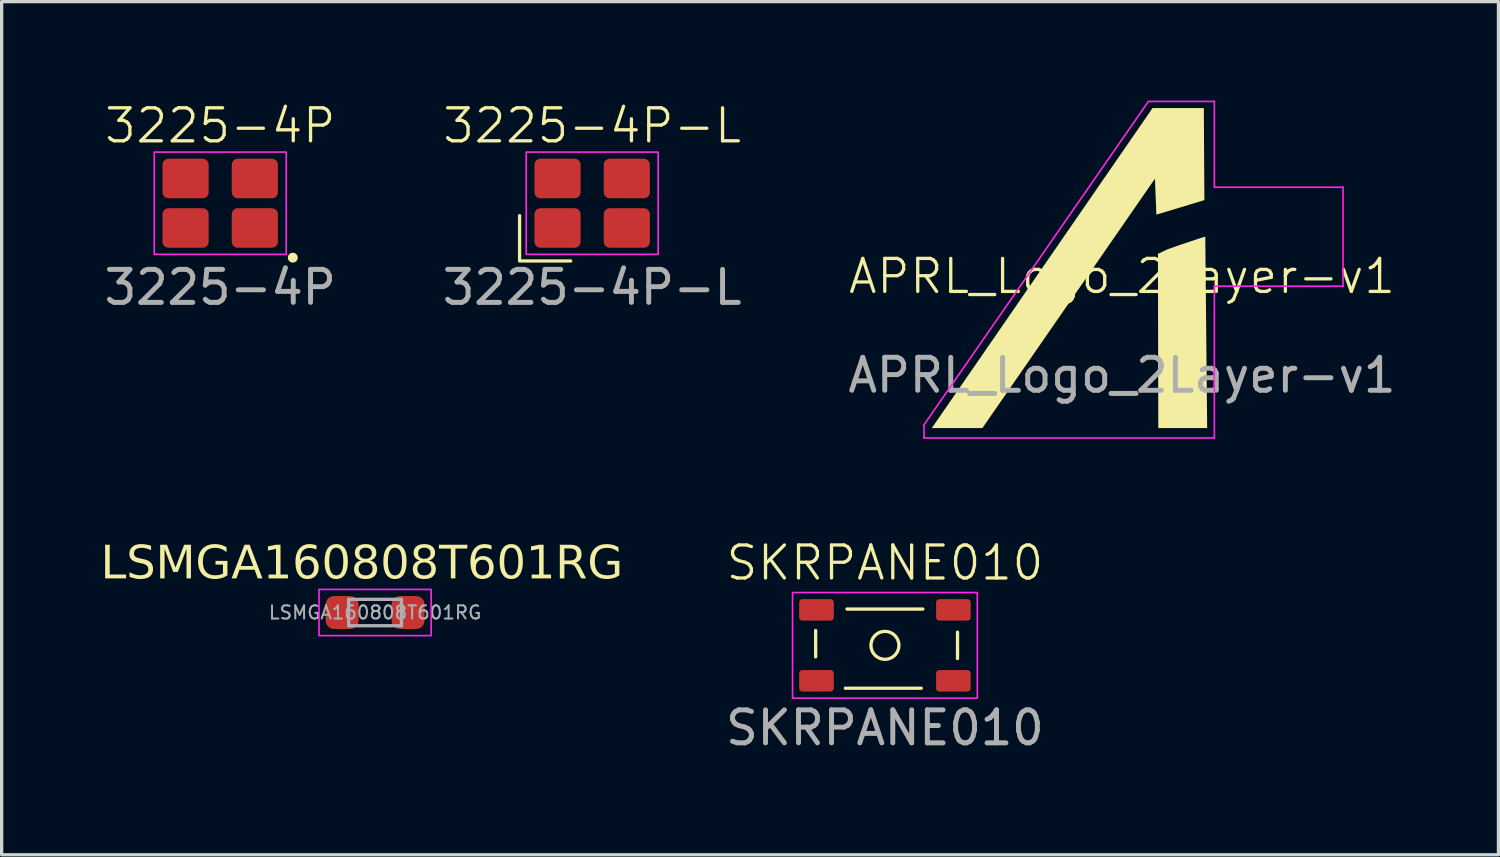
<source format=kicad_pcb>
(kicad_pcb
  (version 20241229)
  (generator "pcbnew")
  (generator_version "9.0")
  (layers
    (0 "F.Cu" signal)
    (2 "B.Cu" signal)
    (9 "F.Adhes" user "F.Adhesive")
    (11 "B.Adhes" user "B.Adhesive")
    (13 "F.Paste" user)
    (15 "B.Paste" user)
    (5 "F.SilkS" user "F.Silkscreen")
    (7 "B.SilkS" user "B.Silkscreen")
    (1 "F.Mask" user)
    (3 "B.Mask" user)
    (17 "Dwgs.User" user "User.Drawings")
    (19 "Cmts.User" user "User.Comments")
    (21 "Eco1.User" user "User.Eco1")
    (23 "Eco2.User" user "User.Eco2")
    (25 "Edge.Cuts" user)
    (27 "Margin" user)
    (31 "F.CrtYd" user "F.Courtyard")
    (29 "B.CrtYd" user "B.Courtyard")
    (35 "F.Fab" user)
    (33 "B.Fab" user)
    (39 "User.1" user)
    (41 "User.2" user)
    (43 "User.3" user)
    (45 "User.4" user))
  (footprint "LSMGA160808T601RG"
    (layer "F.Cu")
    (at 8.319 15.516)
    (property "Reference" "LSMGA160808T601RG" (at -0.4 -1.45 0) (layer "F.SilkS") (effects (font (face "Inter") (size 1 1) (thickness 0.15))))
    (attr smd)
    (fp_rect (start -1.7 -0.7) (end 1.7 0.7) (stroke (width 0.05) (type default)) (fill no) (layer "F.CrtYd"))
    (fp_line (start -0.8 -0.4) (end 0.8 -0.4) (stroke (width 0.1) (type solid)) (layer "F.Fab"))
    (fp_line (start -0.8 0.4) (end -0.8 -0.4) (stroke (width 0.1) (type solid)) (layer "F.Fab"))
    (fp_line (start 0.8 -0.4) (end 0.8 0.4) (stroke (width 0.1) (type solid)) (layer "F.Fab"))
    (fp_line (start 0.8 0.4) (end -0.8 0.4) (stroke (width 0.1) (type solid)) (layer "F.Fab"))
    (fp_text user "${REFERENCE}" (at 0 0 0) (layer "F.Fab") (effects (font (size 0.4 0.4) (thickness 0.06))))
    (pad "1" smd roundrect (at -1 0) (size 1 1) (layers "F.Cu" "F.Mask" "F.Paste") (roundrect_rratio 0.25))
    (pad "2" smd roundrect (at 1 0) (size 1 1) (layers "F.Cu" "F.Mask" "F.Paste") (roundrect_rratio 0.25)))
  (footprint "3225-4P-L"
    (layer "F.Cu")
    (at 14.899 3.16)
    (property "Reference" "3225-4P-L" (at 0 -2.4 0) (unlocked yes) (layer "F.SilkS") (effects (font (size 1 1) (thickness 0.1))))
    (attr smd)
    (fp_line (start -2.2 0.325) (end -2.2 1.675) (stroke (width 0.1) (type default)) (layer "F.SilkS"))
    (fp_line (start -0.65 1.7) (end -2.2 1.7) (stroke (width 0.1) (type default)) (layer "F.SilkS"))
    (fp_rect (start -2 -1.6) (end 2 1.5) (stroke (width 0.05) (type default)) (fill no) (layer "F.CrtYd"))
    (fp_text user "${REFERENCE}" (at 0 2.5 0) (unlocked yes) (layer "F.Fab") (effects (font (size 1 1) (thickness 0.15))))
    (pad "1" smd roundrect (at -1.05 0.7) (size 1.4 1.2) (layers "F.Cu" "F.Mask" "F.Paste") (roundrect_rratio 0.15))
    (pad "2" smd roundrect (at 1.05 0.7) (size 1.4 1.2) (layers "F.Cu" "F.Mask" "F.Paste") (roundrect_rratio 0.15))
    (pad "3" smd roundrect (at 1.05 -0.8) (size 1.4 1.2) (layers "F.Cu" "F.Mask" "F.Paste") (roundrect_rratio 0.15))
    (pad "4" smd roundrect (at -1.05 -0.8) (size 1.4 1.2) (layers "F.Cu" "F.Mask" "F.Paste") (roundrect_rratio 0.15)))
  (footprint "3225-4P"
    (layer "F.Cu")
    (at 3.625 3.16)
    (property "Reference" "3225-4P" (at 0 -2.4 0) (unlocked yes) (layer "F.SilkS") (effects (font (size 1 1) (thickness 0.1))))
    (attr smd)
    (fp_circle (center 2.2 1.6) (end 2.2 1.7) (stroke (width 0.1) (type solid)) (fill yes) (layer "F.SilkS"))
    (fp_rect (start -2 -1.6) (end 2 1.5) (stroke (width 0.05) (type default)) (fill no) (layer "F.CrtYd"))
    (fp_text user "${REFERENCE}" (at 0 2.5 0) (unlocked yes) (layer "F.Fab") (effects (font (size 1 1) (thickness 0.15))))
    (pad "1" smd roundrect (at 1.05 0.7) (size 1.4 1.2) (layers "F.Cu" "F.Mask" "F.Paste") (roundrect_rratio 0.15))
    (pad "2" smd roundrect (at -1.05 0.7) (size 1.4 1.2) (layers "F.Cu" "F.Mask" "F.Paste") (roundrect_rratio 0.15))
    (pad "3" smd roundrect (at -1.05 -0.8) (size 1.4 1.2) (layers "F.Cu" "F.Mask" "F.Paste") (roundrect_rratio 0.15))
    (pad "4" smd roundrect (at 1.05 -0.8) (size 1.4 1.2) (layers "F.Cu" "F.Mask" "F.Paste") (roundrect_rratio 0.15)))
  (footprint "APRL_Logo_2Layer-v1"
    (layer "F.Cu")
    (at 30.958 5.825)
    (property "Reference" "APRL_Logo_2Layer-v1" (at 0 -0.5 0) (unlocked yes) (layer "F.SilkS") (effects (font (size 1 1) (thickness 0.1))))
    (attr through_hole)
    (fp_poly (pts (xy 0.046 -0.158) (xy 0.125 -0.035) (xy 0.258 0.557) (xy 0.507 0.906) (xy 0.92 1.195) (xy 1.071 1.262) (xy 1.08 2.067) (xy 0.4 1.764) (xy 0.042 1.509) (xy -0.09 1.372) (xy -0.134 1.735) (xy -0.052 2.251) (xy 0.122 2.619) (xy 0.442 2.956) (xy 0.897 3.208) (xy 1.09 3.262) (xy 1.094 4.051) (xy 0.646 3.939) (xy 0.023 3.648) (xy -0.442 3.303) (xy -0.802 2.827) (xy -0.922 2.367) (xy -0.906 1.586) (xy -0.737 0.876) (xy -0.428 0.278) (xy -0.05 -0.146)) (stroke (width 0) (type solid)) (fill yes) (layer "F.Mask"))
    (fp_poly (pts (xy 3.366 -2.916) (xy 3.71 -2.881) (xy 3.782 -2.855) (xy 4.147 -2.761) (xy 4.639 -2.567) (xy 5.039 -2.349) (xy 5.211 -2.255) (xy 5.517 -2.039) (xy 5.559 -2.008) (xy 6.024 -1.639) (xy 6.409 -1.25) (xy 6.492 -0.933) (xy 6.468 -0.85) (xy 6.226 -0.949) (xy 5.472 -1.36) (xy 4.793 -1.658) (xy 4.408 -1.75) (xy 3.649 -1.864) (xy 2.721 -1.778) (xy 1.417 -1.34) (xy 0.542 -0.935) (xy -0.481 -0.262) (xy -1.892 0.874) (xy -2.17 1.143) (xy -0.183 -1.74) (xy 0.836 -2.302) (xy 2.049 -2.666) (xy 2.73 -2.877)) (stroke (width 0) (type solid)) (fill yes) (layer "F.Mask"))
    (fp_poly (pts (xy 2.481 -5.6) (xy 2.498 -2.81) (xy 1.742 -2.58) (xy 1.042 -2.37) (xy 0.999 -3.459) (xy -4.231 4.1) (xy -5.764 4.1) (xy 0.927 -5.6)) (stroke (width 0) (type solid)) (fill yes) (layer "F.SilkS"))
    (fp_poly (pts (xy 2.525 -1.702) (xy 2.582 4.1) (xy 1.101 4.1) (xy 1.09 -1.18) (xy 1.382 -1.319) (xy 1.744 -1.447) (xy 2.358 -1.653) (xy 2.52 -1.7)) (stroke (width 0) (type solid)) (fill yes) (layer "F.SilkS"))
    (fp_line (start -6 4.4) (end -6 4) (stroke (width 0.05) (type default)) (layer "F.CrtYd"))
    (fp_line (start 0.8 -5.8) (end -6 4) (stroke (width 0.05) (type default)) (layer "F.CrtYd"))
    (fp_line (start 0.8 -5.8) (end 2.8 -5.8) (stroke (width 0.05) (type default)) (layer "F.CrtYd"))
    (fp_line (start 2.8 -5.8) (end 2.8 -3.2) (stroke (width 0.05) (type default)) (layer "F.CrtYd"))
    (fp_line (start 2.8 -3.2) (end 6.7 -3.2) (stroke (width 0.05) (type default)) (layer "F.CrtYd"))
    (fp_line (start 2.8 -0.2) (end 2.8 4.4) (stroke (width 0.05) (type default)) (layer "F.CrtYd"))
    (fp_line (start 2.8 4.4) (end -6 4.4) (stroke (width 0.05) (type default)) (layer "F.CrtYd"))
    (fp_line (start 6.7 -3.2) (end 6.7 -0.2) (stroke (width 0.05) (type default)) (layer "F.CrtYd"))
    (fp_line (start 6.7 -0.2) (end 2.8 -0.2) (stroke (width 0.05) (type default)) (layer "F.CrtYd"))
    (fp_text user "${REFERENCE}" (at 0 2.5 0) (unlocked yes) (layer "F.Fab") (effects (font (size 1 1) (thickness 0.15)))))
  (footprint "SKRPANE010"
    (layer "F.Cu")
    (at 23.773 16.511)
    (property "Reference" "SKRPANE010" (at 0 -2.5 0) (unlocked yes) (layer "F.SilkS") (effects (font (size 1 1) (thickness 0.1))))
    (attr smd)
    (fp_line (start -2.1 -0.45) (end -2.1 0.25) (stroke (width 0.1) (type default)) (layer "F.SilkS"))
    (fp_line (start -2.1 0.25) (end -2.1 0.35) (stroke (width 0.1) (type default)) (layer "F.SilkS"))
    (fp_line (start 1.1 1.3) (end -1.2 1.3) (stroke (width 0.1) (type default)) (layer "F.SilkS"))
    (fp_line (start 1.15 -1.1) (end -1.15 -1.1) (stroke (width 0.1) (type default)) (layer "F.SilkS"))
    (fp_line (start 2.2 -0.4) (end 2.2 0.3) (stroke (width 0.1) (type default)) (layer "F.SilkS"))
    (fp_line (start 2.2 0.3) (end 2.2 0.4) (stroke (width 0.1) (type default)) (layer "F.SilkS"))
    (fp_circle (center 0 0) (end 0.3 0.3) (stroke (width 0.1) (type default)) (fill no) (layer "F.SilkS"))
    (fp_rect (start -2.8 -1.6) (end 2.8 1.6) (stroke (width 0.05) (type default)) (fill no) (layer "F.CrtYd"))
    (fp_text user "${REFERENCE}" (at 0 2.5 0) (unlocked yes) (layer "F.Fab") (effects (font (size 1 1) (thickness 0.15))))
    (pad "1" smd roundrect (at -2.075 -1.075) (size 1.05 0.65) (layers "F.Cu" "F.Mask" "F.Paste") (roundrect_rratio 0.15))
    (pad "2" smd roundrect (at 2.075 -1.075) (size 1.05 0.65) (layers "F.Cu" "F.Mask" "F.Paste") (roundrect_rratio 0.15))
    (pad "3" smd roundrect (at -2.075 1.075) (size 1.05 0.65) (layers "F.Cu" "F.Mask" "F.Paste") (roundrect_rratio 0.15))
    (pad "4" smd roundrect (at 2.075 1.075) (size 1.05 0.65) (layers "F.Cu" "F.Mask" "F.Paste") (roundrect_rratio 0.15)))
  (gr_rect
    (start -3 -3)
    (end 42.369 22.859)
    (stroke (width 0.1) (type default))
    (fill no)
    (layer "Edge.Cuts")))
</source>
